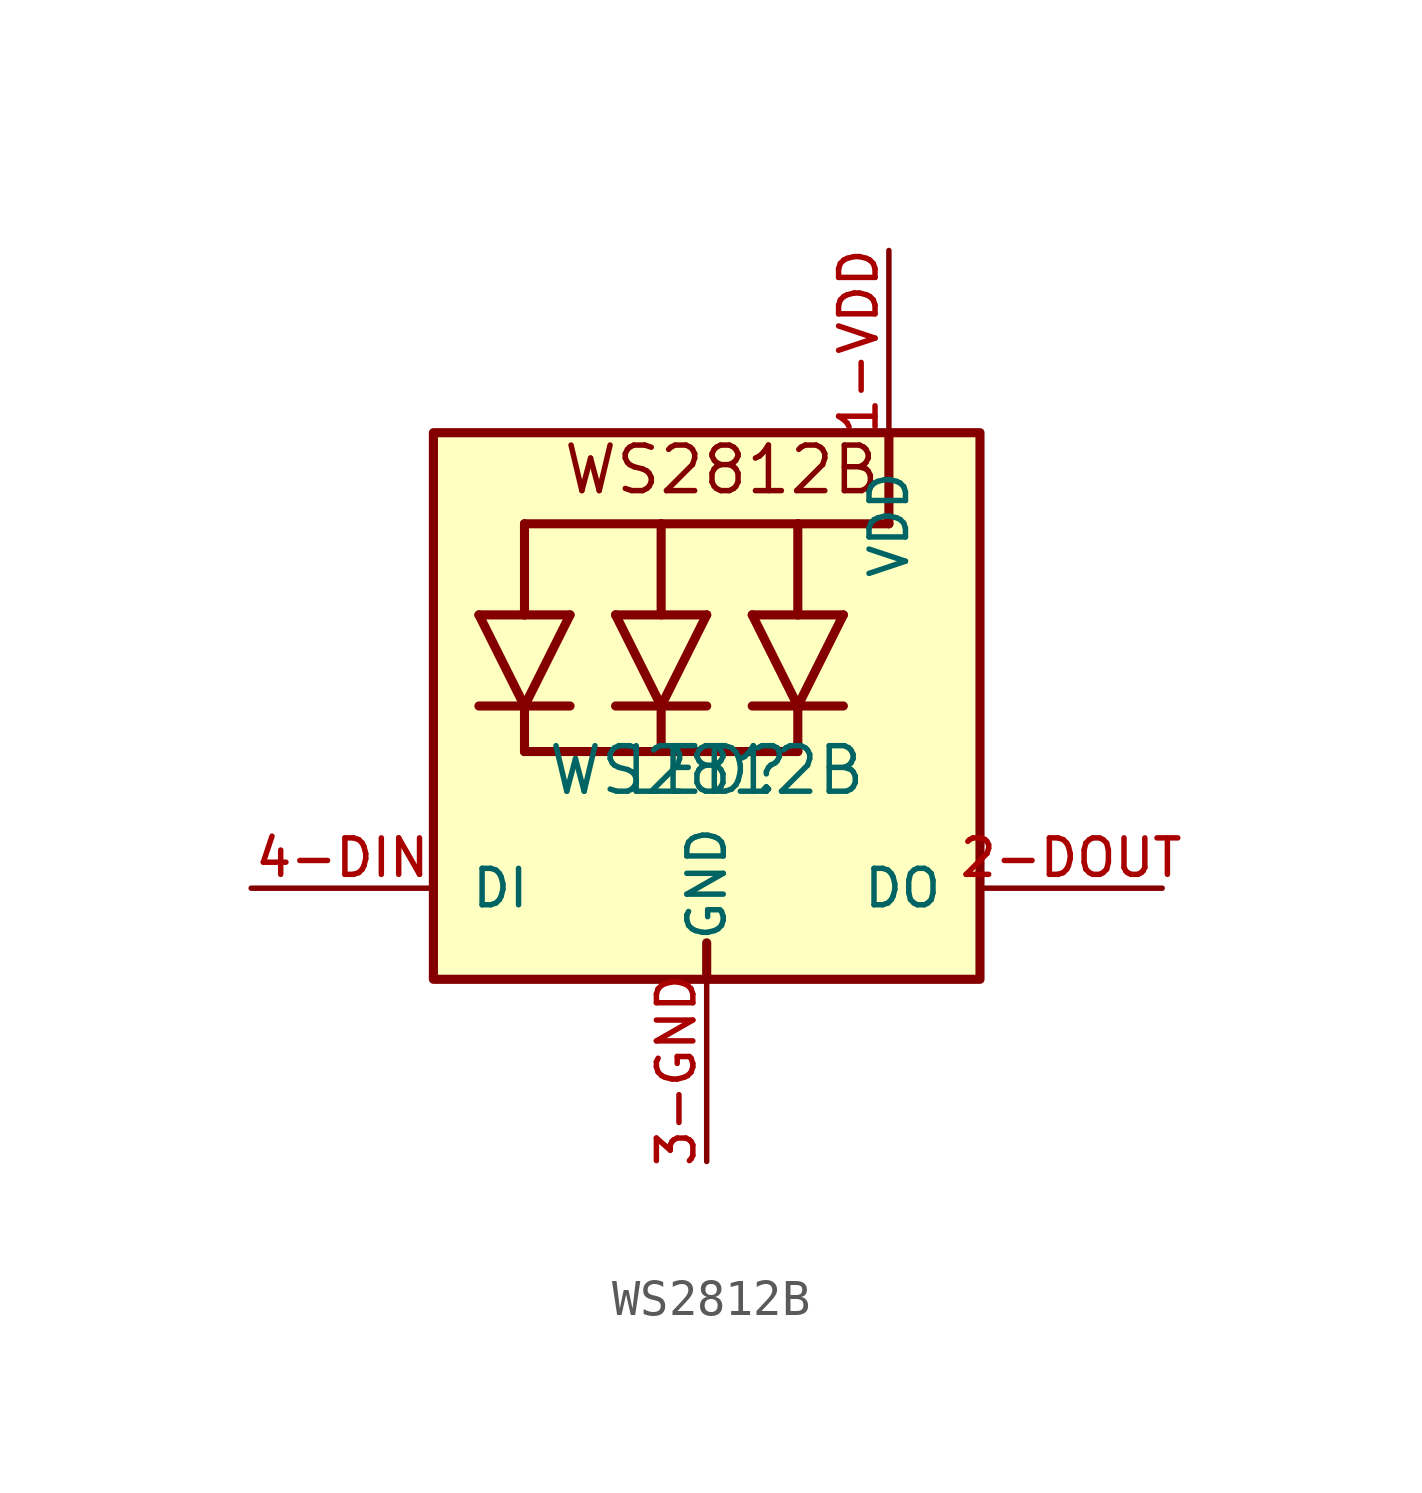
<source format=kicad_sym>
(kicad_symbol_lib
  (version 20231120)
  (generator "kicad_symbol_editor")
  (generator_version "8.0")
  (symbol "WS2812B"
    (pin_names
      (offset 1.016))
    (property "Reference" "LED"
      (at 0 0 0)
      (effects (font (size 1.27 1.27)) (justify bottom)))
    (property "Value" "WS2812B"
      (at 0 0 0)
      (effects (font (size 1.27 1.27)) (justify bottom)))
    (symbol "WS2812B_0_0"
      (rectangle (start -7.62 -5.08) (end 7.62 10.16) (stroke (width 0.254) (type default)) (fill (type background)))
      (polyline (pts (xy -6.35 2.54) (xy -5.08 2.54)) (stroke (width 0.254) (type default)) (fill (type none)))
      (polyline (pts (xy -6.35 5.08) (xy -5.08 5.08)) (stroke (width 0.254) (type default)) (fill (type none)))
      (polyline (pts (xy -5.08 2.54) (xy -6.35 5.08)) (stroke (width 0.254) (type default)) (fill (type none)))
      (polyline (pts (xy -5.08 2.54) (xy -5.08 1.27)) (stroke (width 0.254) (type default)) (fill (type none)))
      (polyline (pts (xy -5.08 2.54) (xy -3.81 5.08)) (stroke (width 0.254) (type default)) (fill (type none)))
      (polyline (pts (xy -5.08 5.08) (xy -3.81 5.08)) (stroke (width 0.254) (type default)) (fill (type none)))
      (polyline (pts (xy -5.08 7.62) (xy -5.08 5.08)) (stroke (width 0.254) (type default)) (fill (type none)))
      (polyline (pts (xy -3.81 2.54) (xy -5.08 2.54)) (stroke (width 0.254) (type default)) (fill (type none)))
      (polyline (pts (xy -2.54 2.54) (xy -1.27 2.54)) (stroke (width 0.254) (type default)) (fill (type none)))
      (polyline (pts (xy -2.54 5.08) (xy 0 5.08)) (stroke (width 0.254) (type default)) (fill (type none)))
      (polyline (pts (xy -1.27 1.27) (xy -5.08 1.27)) (stroke (width 0.254) (type default)) (fill (type none)))
      (polyline (pts (xy -1.27 2.54) (xy -2.54 5.08)) (stroke (width 0.254) (type default)) (fill (type none)))
      (polyline (pts (xy -1.27 2.54) (xy -1.27 1.27)) (stroke (width 0.254) (type default)) (fill (type none)))
      (polyline (pts (xy -1.27 2.54) (xy 0 2.54)) (stroke (width 0.254) (type default)) (fill (type none)))
      (polyline (pts (xy -1.27 5.08) (xy -1.27 7.62)) (stroke (width 0.254) (type default)) (fill (type none)))
      (polyline (pts (xy -1.27 7.62) (xy -5.08 7.62)) (stroke (width 0.254) (type default)) (fill (type none)))
      (polyline (pts (xy 0 -4.064) (xy 0 -5.08)) (stroke (width 0.254) (type default)) (fill (type none)))
      (polyline (pts (xy 0 5.08) (xy -1.27 2.54)) (stroke (width 0.254) (type default)) (fill (type none)))
      (polyline (pts (xy 1.27 5.08) (xy 2.54 2.54)) (stroke (width 0.254) (type default)) (fill (type none)))
      (polyline (pts (xy 1.27 5.08) (xy 2.54 5.08)) (stroke (width 0.254) (type default)) (fill (type none)))
      (polyline (pts (xy 2.54 1.27) (xy -1.27 1.27)) (stroke (width 0.254) (type default)) (fill (type none)))
      (polyline (pts (xy 2.54 2.54) (xy 1.27 2.54)) (stroke (width 0.254) (type default)) (fill (type none)))
      (polyline (pts (xy 2.54 2.54) (xy 2.54 1.27)) (stroke (width 0.254) (type default)) (fill (type none)))
      (polyline (pts (xy 2.54 2.54) (xy 3.81 2.54)) (stroke (width 0.254) (type default)) (fill (type none)))
      (polyline (pts (xy 2.54 2.54) (xy 3.81 5.08)) (stroke (width 0.254) (type default)) (fill (type none)))
      (polyline (pts (xy 2.54 5.08) (xy 2.54 7.62)) (stroke (width 0.254) (type default)) (fill (type none)))
      (polyline (pts (xy 2.54 7.62) (xy -1.27 7.62)) (stroke (width 0.254) (type default)) (fill (type none)))
      (polyline (pts (xy 2.54 7.62) (xy 5.08 7.62)) (stroke (width 0.254) (type default)) (fill (type none)))
      (polyline (pts (xy 3.81 5.08) (xy 2.54 5.08)) (stroke (width 0.254) (type default)) (fill (type none)))
      (polyline (pts (xy 5.08 10.16) (xy 5.08 7.62)) (stroke (width 0.254) (type default)) (fill (type none)))
      (text "WS2812B" (at -4.064 8.382 0) (effects (font (size 1.27 1.27)) (justify left bottom)))
      (pin power_in line (at 5.08 15.24 270) (length 5.08) (name "VDD" (effects (font (size 1.016 1.016)))) (number "1-VDD" (effects (font (size 1.016 1.016)))))
      (pin output line (at 12.7 -2.54 180) (length 5.08) (name "DO" (effects (font (size 1.016 1.016)))) (number "2-DOUT" (effects (font (size 1.016 1.016)))))
      (pin power_in line (at 0 -10.16 90) (length 5.08) (name "GND" (effects (font (size 1.016 1.016)))) (number "3-GND" (effects (font (size 1.016 1.016)))))
      (pin input line (at -12.7 -2.54 0) (length 5.08) (name "DI" (effects (font (size 1.016 1.016)))) (number "4-DIN" (effects (font (size 1.016 1.016))))))))
</source>
